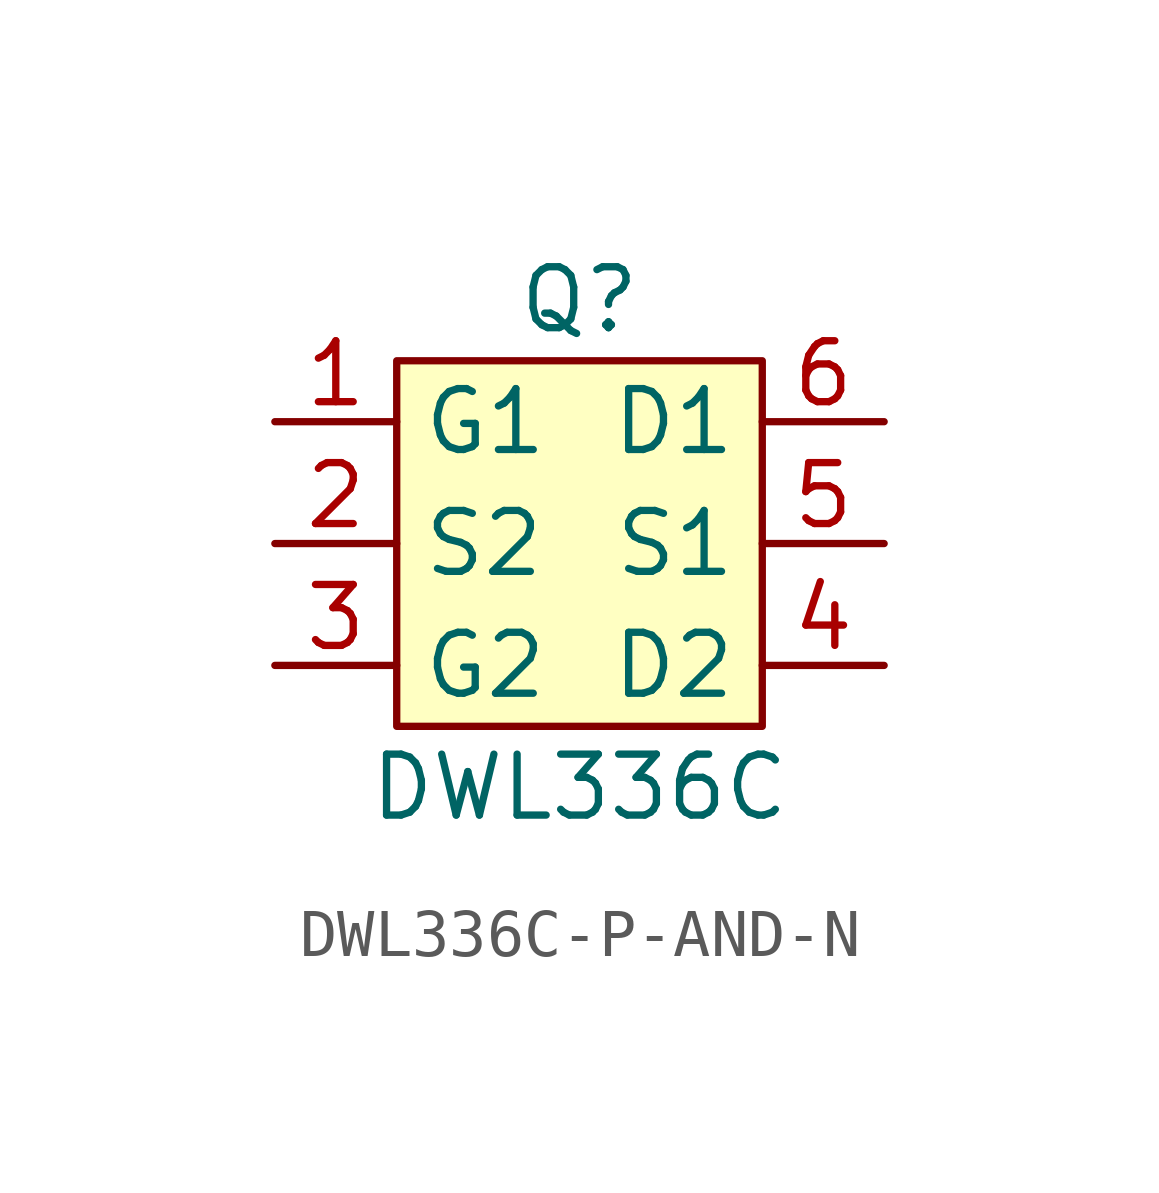
<source format=kicad_sym>
(kicad_symbol_lib
  (version 20241209)
  (generator "kicad_symbol_editor")
  (generator_version "9.0")
  (symbol "DWL336C-P-AND-N"
    (property "Reference" "Q"
      (at 0 5.08 0)
      (effects (font (size 1.27 1.27))))
    (property "Value" "DWL336C"
      (at 0 -5.08 0)
      (effects (font (size 1.27 1.27))))
    (symbol "DWL336C-P-AND-N_1_1"
      (rectangle (start -3.81 3.81) (end 3.81 -3.81) (stroke (width 0) (type default)) (fill (type background)))
      (pin bidirectional line (at -6.35 2.54 0) (length 2.54) (name "G1" (effects (font (size 1.27 1.27)))) (number "1" (effects (font (size 1.27 1.27)))))
      (pin bidirectional line (at -6.35 0 0) (length 2.54) (name "S2" (effects (font (size 1.27 1.27)))) (number "2" (effects (font (size 1.27 1.27)))))
      (pin bidirectional line (at -6.35 -2.54 0) (length 2.54) (name "G2" (effects (font (size 1.27 1.27)))) (number "3" (effects (font (size 1.27 1.27)))))
      (pin bidirectional line (at 6.35 2.54 180) (length 2.54) (name "D1" (effects (font (size 1.27 1.27)))) (number "6" (effects (font (size 1.27 1.27)))))
      (pin bidirectional line (at 6.35 0 180) (length 2.54) (name "S1" (effects (font (size 1.27 1.27)))) (number "5" (effects (font (size 1.27 1.27)))))
      (pin bidirectional line (at 6.35 -2.54 180) (length 2.54) (name "D2" (effects (font (size 1.27 1.27)))) (number "4" (effects (font (size 1.27 1.27))))))))
</source>
